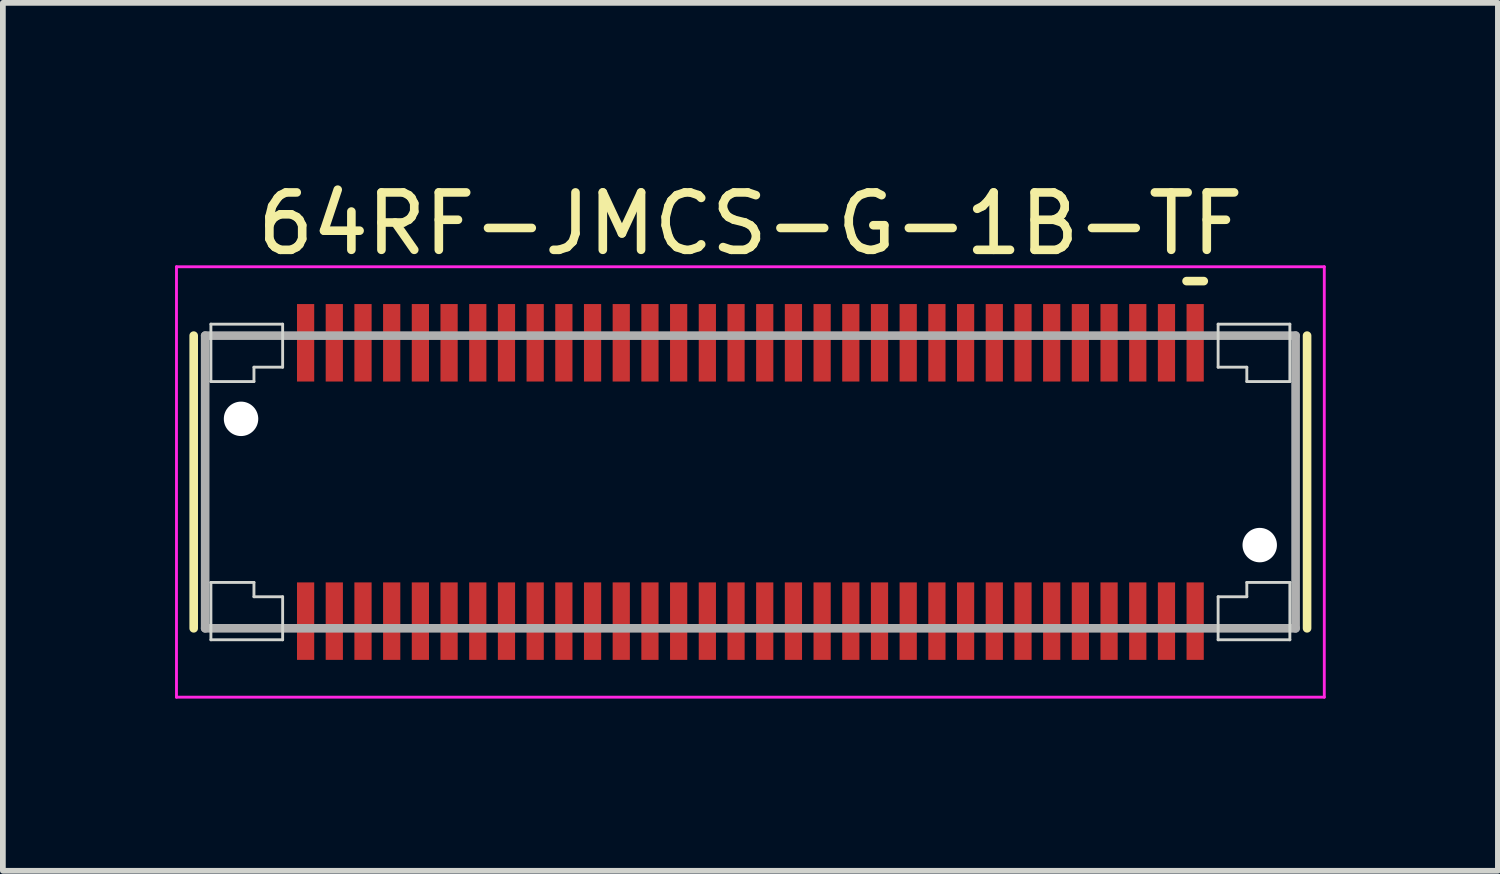
<source format=kicad_pcb>
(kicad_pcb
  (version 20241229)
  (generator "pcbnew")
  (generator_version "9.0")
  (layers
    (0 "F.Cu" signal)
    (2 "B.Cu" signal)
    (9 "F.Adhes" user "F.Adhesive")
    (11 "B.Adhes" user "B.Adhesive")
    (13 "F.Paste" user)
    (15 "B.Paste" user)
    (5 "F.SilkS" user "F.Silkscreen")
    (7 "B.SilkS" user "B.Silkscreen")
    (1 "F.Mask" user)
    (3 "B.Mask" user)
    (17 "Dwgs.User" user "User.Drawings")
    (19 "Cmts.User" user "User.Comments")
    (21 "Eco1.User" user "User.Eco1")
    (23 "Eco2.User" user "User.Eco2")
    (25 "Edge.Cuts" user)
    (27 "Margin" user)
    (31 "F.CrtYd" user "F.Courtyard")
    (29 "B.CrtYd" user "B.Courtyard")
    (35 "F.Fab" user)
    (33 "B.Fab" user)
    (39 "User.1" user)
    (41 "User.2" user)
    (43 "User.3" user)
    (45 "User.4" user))
  (footprint "64RF-JMCS-G-1B-TF"
    (layer "F.Cu")
    (at 10.025 5.348)
    (property "Reference" "64RF-JMCS-G-1B-TF" (at 0 -4.5 0) (layer "F.SilkS") (effects (font (size 1 1) (thickness 0.15))))
    (attr smd)
    (fp_line (start -9.7 -2.55) (end -9.7 2.55) (stroke (width 0.15) (type solid)) (layer "F.SilkS"))
    (fp_line (start 7.6 -3.5) (end 7.9 -3.5) (stroke (width 0.15) (type solid)) (layer "F.SilkS"))
    (fp_line (start 9.7 -2.55) (end 9.7 2.55) (stroke (width 0.15) (type solid)) (layer "F.SilkS"))
    (fp_line (start -9.4 -2.75) (end -9.4 -1.75) (stroke (width 0.05) (type solid)) (layer "Edge.Cuts"))
    (fp_line (start -9.4 -2.75) (end -8.15 -2.75) (stroke (width 0.05) (type solid)) (layer "Edge.Cuts"))
    (fp_line (start -9.4 -1.75) (end -8.65 -1.75) (stroke (width 0.05) (type solid)) (layer "Edge.Cuts"))
    (fp_line (start -9.4 1.75) (end -8.65 1.75) (stroke (width 0.05) (type solid)) (layer "Edge.Cuts"))
    (fp_line (start -9.4 2.75) (end -9.4 1.75) (stroke (width 0.05) (type solid)) (layer "Edge.Cuts"))
    (fp_line (start -9.4 2.75) (end -8.15 2.75) (stroke (width 0.05) (type solid)) (layer "Edge.Cuts"))
    (fp_line (start -8.65 -2) (end -8.65 -1.75) (stroke (width 0.05) (type solid)) (layer "Edge.Cuts"))
    (fp_line (start -8.65 -2) (end -8.15 -2) (stroke (width 0.05) (type solid)) (layer "Edge.Cuts"))
    (fp_line (start -8.65 2) (end -8.65 1.75) (stroke (width 0.05) (type solid)) (layer "Edge.Cuts"))
    (fp_line (start -8.65 2) (end -8.15 2) (stroke (width 0.05) (type solid)) (layer "Edge.Cuts"))
    (fp_line (start -8.15 -2.75) (end -8.15 -2) (stroke (width 0.05) (type solid)) (layer "Edge.Cuts"))
    (fp_line (start -8.15 2.75) (end -8.15 2) (stroke (width 0.05) (type solid)) (layer "Edge.Cuts"))
    (fp_line (start 8.15 -2.75) (end 8.15 -2) (stroke (width 0.05) (type solid)) (layer "Edge.Cuts"))
    (fp_line (start 8.15 2.75) (end 8.15 2) (stroke (width 0.05) (type solid)) (layer "Edge.Cuts"))
    (fp_line (start 8.65 -2) (end 8.15 -2) (stroke (width 0.05) (type solid)) (layer "Edge.Cuts"))
    (fp_line (start 8.65 -2) (end 8.65 -1.75) (stroke (width 0.05) (type solid)) (layer "Edge.Cuts"))
    (fp_line (start 8.65 2) (end 8.15 2) (stroke (width 0.05) (type solid)) (layer "Edge.Cuts"))
    (fp_line (start 8.65 2) (end 8.65 1.75) (stroke (width 0.05) (type solid)) (layer "Edge.Cuts"))
    (fp_line (start 9.4 -2.75) (end 8.15 -2.75) (stroke (width 0.05) (type solid)) (layer "Edge.Cuts"))
    (fp_line (start 9.4 -2.75) (end 9.4 -1.75) (stroke (width 0.05) (type solid)) (layer "Edge.Cuts"))
    (fp_line (start 9.4 -1.75) (end 8.65 -1.75) (stroke (width 0.05) (type solid)) (layer "Edge.Cuts"))
    (fp_line (start 9.4 1.75) (end 8.65 1.75) (stroke (width 0.05) (type solid)) (layer "Edge.Cuts"))
    (fp_line (start 9.4 2.75) (end 8.15 2.75) (stroke (width 0.05) (type solid)) (layer "Edge.Cuts"))
    (fp_line (start 9.4 2.75) (end 9.4 1.75) (stroke (width 0.05) (type solid)) (layer "Edge.Cuts"))
    (fp_line (start -10 -3.75) (end -10 3.75) (stroke (width 0.05) (type solid)) (layer "F.CrtYd"))
    (fp_line (start -10 -3.75) (end 10 -3.75) (stroke (width 0.05) (type solid)) (layer "F.CrtYd"))
    (fp_line (start -10 3.75) (end 10 3.75) (stroke (width 0.05) (type solid)) (layer "F.CrtYd"))
    (fp_line (start 10 -3.75) (end 10 3.75) (stroke (width 0.05) (type solid)) (layer "F.CrtYd"))
    (fp_line (start -9.5 -2.55) (end -9.5 2.55) (stroke (width 0.15) (type solid)) (layer "F.Fab"))
    (fp_line (start -9.5 -2.55) (end 9.5 -2.55) (stroke (width 0.15) (type solid)) (layer "F.Fab"))
    (fp_line (start -9.5 2.55) (end 9.5 2.55) (stroke (width 0.15) (type solid)) (layer "F.Fab"))
    (fp_line (start 9.5 -2.55) (end 9.5 2.55) (stroke (width 0.15) (type solid)) (layer "F.Fab"))
    (pad "" np_thru_hole circle (at -8.875 -1.1) (size 0.6 0.6) (drill 0.6) (layers "*.Cu" "*.Mask"))
    (pad "" np_thru_hole circle (at 8.875 1.1) (size 0.6 0.6) (drill 0.6) (layers "*.Cu" "*.Mask"))
    (pad "1" smd rect (at 7.75 -2.425) (size 0.3 1.35) (layers "F.Cu" "F.Mask" "F.Paste"))
    (pad "2" smd rect (at 7.75 2.425) (size 0.3 1.35) (layers "F.Cu" "F.Mask" "F.Paste"))
    (pad "3" smd rect (at 7.25 -2.425) (size 0.3 1.35) (layers "F.Cu" "F.Mask" "F.Paste"))
    (pad "4" smd rect (at 7.25 2.425) (size 0.3 1.35) (layers "F.Cu" "F.Mask" "F.Paste"))
    (pad "5" smd rect (at 6.75 -2.425) (size 0.3 1.35) (layers "F.Cu" "F.Mask" "F.Paste"))
    (pad "6" smd rect (at 6.75 2.425) (size 0.3 1.35) (layers "F.Cu" "F.Mask" "F.Paste"))
    (pad "7" smd rect (at 6.25 -2.425) (size 0.3 1.35) (layers "F.Cu" "F.Mask" "F.Paste"))
    (pad "8" smd rect (at 6.25 2.425) (size 0.3 1.35) (layers "F.Cu" "F.Mask" "F.Paste"))
    (pad "9" smd rect (at 5.75 -2.425) (size 0.3 1.35) (layers "F.Cu" "F.Mask" "F.Paste"))
    (pad "10" smd rect (at 5.75 2.425) (size 0.3 1.35) (layers "F.Cu" "F.Mask" "F.Paste"))
    (pad "11" smd rect (at 5.25 -2.425) (size 0.3 1.35) (layers "F.Cu" "F.Mask" "F.Paste"))
    (pad "12" smd rect (at 5.25 2.425) (size 0.3 1.35) (layers "F.Cu" "F.Mask" "F.Paste"))
    (pad "13" smd rect (at 4.75 -2.425) (size 0.3 1.35) (layers "F.Cu" "F.Mask" "F.Paste"))
    (pad "14" smd rect (at 4.75 2.425) (size 0.3 1.35) (layers "F.Cu" "F.Mask" "F.Paste"))
    (pad "15" smd rect (at 4.25 -2.425) (size 0.3 1.35) (layers "F.Cu" "F.Mask" "F.Paste"))
    (pad "16" smd rect (at 4.25 2.425) (size 0.3 1.35) (layers "F.Cu" "F.Mask" "F.Paste"))
    (pad "17" smd rect (at 3.75 -2.425) (size 0.3 1.35) (layers "F.Cu" "F.Mask" "F.Paste"))
    (pad "18" smd rect (at 3.75 2.425) (size 0.3 1.35) (layers "F.Cu" "F.Mask" "F.Paste"))
    (pad "19" smd rect (at 3.25 -2.425) (size 0.3 1.35) (layers "F.Cu" "F.Mask" "F.Paste"))
    (pad "20" smd rect (at 3.25 2.425) (size 0.3 1.35) (layers "F.Cu" "F.Mask" "F.Paste"))
    (pad "21" smd rect (at 2.75 -2.425) (size 0.3 1.35) (layers "F.Cu" "F.Mask" "F.Paste"))
    (pad "22" smd rect (at 2.75 2.425) (size 0.3 1.35) (layers "F.Cu" "F.Mask" "F.Paste"))
    (pad "23" smd rect (at 2.25 -2.425) (size 0.3 1.35) (layers "F.Cu" "F.Mask" "F.Paste"))
    (pad "24" smd rect (at 2.25 2.425) (size 0.3 1.35) (layers "F.Cu" "F.Mask" "F.Paste"))
    (pad "25" smd rect (at 1.75 -2.425) (size 0.3 1.35) (layers "F.Cu" "F.Mask" "F.Paste"))
    (pad "26" smd rect (at 1.75 2.425) (size 0.3 1.35) (layers "F.Cu" "F.Mask" "F.Paste"))
    (pad "27" smd rect (at 1.25 -2.425) (size 0.3 1.35) (layers "F.Cu" "F.Mask" "F.Paste"))
    (pad "28" smd rect (at 1.25 2.425) (size 0.3 1.35) (layers "F.Cu" "F.Mask" "F.Paste"))
    (pad "29" smd rect (at 0.75 -2.425) (size 0.3 1.35) (layers "F.Cu" "F.Mask" "F.Paste"))
    (pad "30" smd rect (at 0.75 2.425) (size 0.3 1.35) (layers "F.Cu" "F.Mask" "F.Paste"))
    (pad "31" smd rect (at 0.25 -2.425) (size 0.3 1.35) (layers "F.Cu" "F.Mask" "F.Paste"))
    (pad "32" smd rect (at 0.25 2.425) (size 0.3 1.35) (layers "F.Cu" "F.Mask" "F.Paste"))
    (pad "33" smd rect (at -0.25 -2.425) (size 0.3 1.35) (layers "F.Cu" "F.Mask" "F.Paste"))
    (pad "34" smd rect (at -0.25 2.425) (size 0.3 1.35) (layers "F.Cu" "F.Mask" "F.Paste"))
    (pad "35" smd rect (at -0.75 -2.425) (size 0.3 1.35) (layers "F.Cu" "F.Mask" "F.Paste"))
    (pad "36" smd rect (at -0.75 2.425) (size 0.3 1.35) (layers "F.Cu" "F.Mask" "F.Paste"))
    (pad "37" smd rect (at -1.25 -2.425) (size 0.3 1.35) (layers "F.Cu" "F.Mask" "F.Paste"))
    (pad "38" smd rect (at -1.25 2.425) (size 0.3 1.35) (layers "F.Cu" "F.Mask" "F.Paste"))
    (pad "39" smd rect (at -1.75 -2.425) (size 0.3 1.35) (layers "F.Cu" "F.Mask" "F.Paste"))
    (pad "40" smd rect (at -1.75 2.425) (size 0.3 1.35) (layers "F.Cu" "F.Mask" "F.Paste"))
    (pad "41" smd rect (at -2.25 -2.425) (size 0.3 1.35) (layers "F.Cu" "F.Mask" "F.Paste"))
    (pad "42" smd rect (at -2.25 2.425) (size 0.3 1.35) (layers "F.Cu" "F.Mask" "F.Paste"))
    (pad "43" smd rect (at -2.75 -2.425) (size 0.3 1.35) (layers "F.Cu" "F.Mask" "F.Paste"))
    (pad "44" smd rect (at -2.75 2.425) (size 0.3 1.35) (layers "F.Cu" "F.Mask" "F.Paste"))
    (pad "45" smd rect (at -3.25 -2.425) (size 0.3 1.35) (layers "F.Cu" "F.Mask" "F.Paste"))
    (pad "46" smd rect (at -3.25 2.425) (size 0.3 1.35) (layers "F.Cu" "F.Mask" "F.Paste"))
    (pad "47" smd rect (at -3.75 -2.425) (size 0.3 1.35) (layers "F.Cu" "F.Mask" "F.Paste"))
    (pad "48" smd rect (at -3.75 2.425) (size 0.3 1.35) (layers "F.Cu" "F.Mask" "F.Paste"))
    (pad "49" smd rect (at -4.25 -2.425) (size 0.3 1.35) (layers "F.Cu" "F.Mask" "F.Paste"))
    (pad "50" smd rect (at -4.25 2.425) (size 0.3 1.35) (layers "F.Cu" "F.Mask" "F.Paste"))
    (pad "51" smd rect (at -4.75 -2.425) (size 0.3 1.35) (layers "F.Cu" "F.Mask" "F.Paste"))
    (pad "52" smd rect (at -4.75 2.425) (size 0.3 1.35) (layers "F.Cu" "F.Mask" "F.Paste"))
    (pad "53" smd rect (at -5.25 -2.425) (size 0.3 1.35) (layers "F.Cu" "F.Mask" "F.Paste"))
    (pad "54" smd rect (at -5.25 2.425) (size 0.3 1.35) (layers "F.Cu" "F.Mask" "F.Paste"))
    (pad "55" smd rect (at -5.75 -2.425) (size 0.3 1.35) (layers "F.Cu" "F.Mask" "F.Paste"))
    (pad "56" smd rect (at -5.75 2.425) (size 0.3 1.35) (layers "F.Cu" "F.Mask" "F.Paste"))
    (pad "57" smd rect (at -6.25 -2.425) (size 0.3 1.35) (layers "F.Cu" "F.Mask" "F.Paste"))
    (pad "58" smd rect (at -6.25 2.425) (size 0.3 1.35) (layers "F.Cu" "F.Mask" "F.Paste"))
    (pad "59" smd rect (at -6.75 -2.425) (size 0.3 1.35) (layers "F.Cu" "F.Mask" "F.Paste"))
    (pad "60" smd rect (at -6.75 2.425) (size 0.3 1.35) (layers "F.Cu" "F.Mask" "F.Paste"))
    (pad "61" smd rect (at -7.25 -2.425) (size 0.3 1.35) (layers "F.Cu" "F.Mask" "F.Paste"))
    (pad "62" smd rect (at -7.25 2.425) (size 0.3 1.35) (layers "F.Cu" "F.Mask" "F.Paste"))
    (pad "63" smd rect (at -7.75 -2.425) (size 0.3 1.35) (layers "F.Cu" "F.Mask" "F.Paste"))
    (pad "64" smd rect (at -7.75 2.425) (size 0.3 1.35) (layers "F.Cu" "F.Mask" "F.Paste")))
  (gr_rect
    (start -3 -3)
    (end 23.05 12.123)
    (stroke (width 0.1) (type default))
    (fill no)
    (layer "Edge.Cuts")))
</source>
